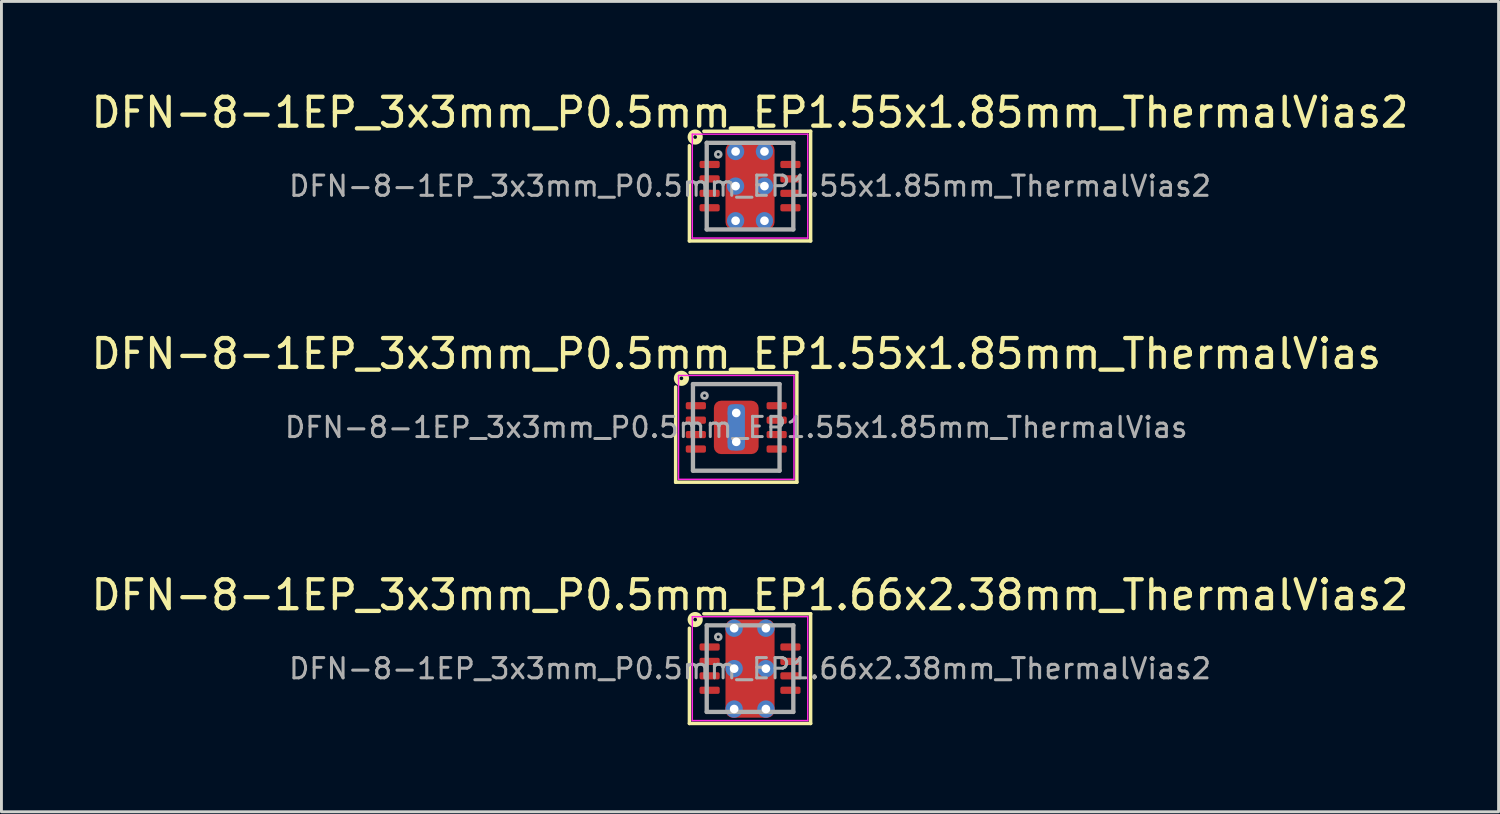
<source format=kicad_pcb>
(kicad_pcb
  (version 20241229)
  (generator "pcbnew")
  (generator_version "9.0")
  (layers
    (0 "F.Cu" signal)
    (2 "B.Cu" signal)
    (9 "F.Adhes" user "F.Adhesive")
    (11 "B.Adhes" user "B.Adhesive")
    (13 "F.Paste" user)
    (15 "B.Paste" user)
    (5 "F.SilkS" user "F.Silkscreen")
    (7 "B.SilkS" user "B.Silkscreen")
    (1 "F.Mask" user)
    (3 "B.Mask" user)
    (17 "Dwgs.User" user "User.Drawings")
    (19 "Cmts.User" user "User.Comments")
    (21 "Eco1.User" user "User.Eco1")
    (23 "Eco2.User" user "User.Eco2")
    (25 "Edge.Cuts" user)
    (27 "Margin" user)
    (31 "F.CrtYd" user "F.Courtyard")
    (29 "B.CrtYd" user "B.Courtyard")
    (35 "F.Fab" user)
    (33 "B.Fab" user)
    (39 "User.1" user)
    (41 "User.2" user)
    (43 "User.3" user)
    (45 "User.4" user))
  (footprint "DFN-8-1EP_3x3mm_P0.5mm_EP1.55x1.85mm_ThermalVias"
    (layer "F.Cu")
    (at 22.458 11.757)
    (property "Reference" "DFN-8-1EP_3x3mm_P0.5mm_EP1.55x1.85mm_ThermalVias" (at 0 -2.55 0) (layer "F.SilkS") (effects (font (size 1 1) (thickness 0.15))))
    (attr smd)
    (fp_line (start -2.1 1.9) (end -2.1 -1.4) (stroke (width 0.12) (type solid)) (layer "F.SilkS"))
    (fp_line (start -1.6 -1.9) (end 2.1 -1.9) (stroke (width 0.12) (type solid)) (layer "F.SilkS"))
    (fp_line (start 2.1 -1.9) (end 2.1 1.9) (stroke (width 0.12) (type solid)) (layer "F.SilkS"))
    (fp_line (start 2.1 1.9) (end -2.1 1.9) (stroke (width 0.12) (type solid)) (layer "F.SilkS"))
    (fp_circle (center -1.9 -1.7) (end -1.837 -1.7) (stroke (width 0.2) (type solid)) (fill no) (layer "F.SilkS"))
    (fp_line (start -2 -1.8) (end -2 1.8) (stroke (width 0.05) (type solid)) (layer "F.CrtYd"))
    (fp_line (start -2 -1.8) (end 2 -1.8) (stroke (width 0.05) (type solid)) (layer "F.CrtYd"))
    (fp_line (start -2 1.8) (end 2 1.8) (stroke (width 0.05) (type solid)) (layer "F.CrtYd"))
    (fp_line (start 2 -1.8) (end 2 1.8) (stroke (width 0.05) (type solid)) (layer "F.CrtYd"))
    (fp_line (start -1.5 -1.5) (end 1.5 -1.5) (stroke (width 0.15) (type solid)) (layer "F.Fab"))
    (fp_line (start -1.5 1.5) (end -1.5 -1.5) (stroke (width 0.15) (type solid)) (layer "F.Fab"))
    (fp_line (start 1.5 -1.5) (end 1.5 1.5) (stroke (width 0.15) (type solid)) (layer "F.Fab"))
    (fp_line (start 1.5 1.5) (end -1.5 1.5) (stroke (width 0.15) (type solid)) (layer "F.Fab"))
    (fp_circle (center -1.1 -1.1) (end -1 -1.1) (stroke (width 0.1) (type solid)) (fill no) (layer "F.Fab"))
    (fp_text user "${REFERENCE}" (at 0 0 0) (layer "F.Fab") (effects (font (size 0.7 0.7) (thickness 0.105))))
    (pad "" smd roundrect (at -0.356 -0.457) (size 0.55 0.7) (layers "F.Paste") (roundrect_rratio 0.25))
    (pad "" smd roundrect (at -0.356 0.457) (size 0.55 0.7) (layers "F.Paste") (roundrect_rratio 0.25))
    (pad "" smd roundrect (at 0.356 -0.457) (size 0.55 0.7) (layers "F.Paste") (roundrect_rratio 0.25))
    (pad "" smd roundrect (at 0.356 0.457) (size 0.55 0.7) (layers "F.Paste") (roundrect_rratio 0.25))
    (pad "1" smd roundrect (at -1.4 -0.75) (size 0.7 0.25) (layers "F.Cu" "F.Mask" "F.Paste") (roundrect_rratio 0.25))
    (pad "2" smd roundrect (at -1.4 -0.25) (size 0.7 0.25) (layers "F.Cu" "F.Mask" "F.Paste") (roundrect_rratio 0.25))
    (pad "3" smd roundrect (at -1.4 0.25) (size 0.7 0.25) (layers "F.Cu" "F.Mask" "F.Paste") (roundrect_rratio 0.25))
    (pad "4" smd roundrect (at -1.4 0.75) (size 0.7 0.25) (layers "F.Cu" "F.Mask" "F.Paste") (roundrect_rratio 0.25))
    (pad "5" smd roundrect (at 1.4 0.75) (size 0.7 0.25) (layers "F.Cu" "F.Mask" "F.Paste") (roundrect_rratio 0.25))
    (pad "6" smd roundrect (at 1.4 0.25) (size 0.7 0.25) (layers "F.Cu" "F.Mask" "F.Paste") (roundrect_rratio 0.25))
    (pad "7" smd roundrect (at 1.4 -0.25) (size 0.7 0.25) (layers "F.Cu" "F.Mask" "F.Paste") (roundrect_rratio 0.25))
    (pad "8" smd roundrect (at 1.4 -0.75) (size 0.7 0.25) (layers "F.Cu" "F.Mask" "F.Paste") (roundrect_rratio 0.25))
    (pad "9" thru_hole circle (at 0 -0.5) (size 0.6 0.6) (drill 0.3) (property pad_prop_heatsink) (layers "*.Cu"))
    (pad "9" smd roundrect (at 0 0) (size 0.6 1.6) (layers "B.Cu" "B.Mask") (roundrect_rratio 0.25))
    (pad "9" smd roundrect (at 0 0) (size 1.55 1.85) (layers "F.Cu" "F.Mask") (roundrect_rratio 0.161))
    (pad "9" thru_hole circle (at 0 0.5) (size 0.6 0.6) (drill 0.3) (property pad_prop_heatsink) (layers "*.Cu")))
  (footprint "DFN-8-1EP_3x3mm_P0.5mm_EP1.55x1.85mm_ThermalVias2"
    (layer "F.Cu")
    (at 22.935 3.398)
    (property "Reference" "DFN-8-1EP_3x3mm_P0.5mm_EP1.55x1.85mm_ThermalVias2" (at 0 -2.55 0) (layer "F.SilkS") (effects (font (size 1 1) (thickness 0.15))))
    (attr smd)
    (fp_line (start -2.1 1.9) (end -2.1 -1.4) (stroke (width 0.12) (type solid)) (layer "F.SilkS"))
    (fp_line (start -1.6 -1.9) (end 2.1 -1.9) (stroke (width 0.12) (type solid)) (layer "F.SilkS"))
    (fp_line (start 2.1 -1.9) (end 2.1 1.9) (stroke (width 0.12) (type solid)) (layer "F.SilkS"))
    (fp_line (start 2.1 1.9) (end -2.1 1.9) (stroke (width 0.12) (type solid)) (layer "F.SilkS"))
    (fp_circle (center -1.9 -1.7) (end -1.837 -1.7) (stroke (width 0.2) (type solid)) (fill no) (layer "F.SilkS"))
    (fp_line (start -2 -1.8) (end -2 1.8) (stroke (width 0.05) (type solid)) (layer "F.CrtYd"))
    (fp_line (start -2 -1.8) (end 2 -1.8) (stroke (width 0.05) (type solid)) (layer "F.CrtYd"))
    (fp_line (start -2 1.8) (end 2 1.8) (stroke (width 0.05) (type solid)) (layer "F.CrtYd"))
    (fp_line (start 2 -1.8) (end 2 1.8) (stroke (width 0.05) (type solid)) (layer "F.CrtYd"))
    (fp_line (start -1.5 -1.5) (end 1.5 -1.5) (stroke (width 0.15) (type solid)) (layer "F.Fab"))
    (fp_line (start -1.5 1.5) (end -1.5 -1.5) (stroke (width 0.15) (type solid)) (layer "F.Fab"))
    (fp_line (start 1.5 -1.5) (end 1.5 1.5) (stroke (width 0.15) (type solid)) (layer "F.Fab"))
    (fp_line (start 1.5 1.5) (end -1.5 1.5) (stroke (width 0.15) (type solid)) (layer "F.Fab"))
    (fp_circle (center -1.1 -1.1) (end -1 -1.1) (stroke (width 0.1) (type solid)) (fill no) (layer "F.Fab"))
    (fp_text user "${REFERENCE}" (at 0 0 0) (layer "F.Fab") (effects (font (size 0.7 0.7) (thickness 0.105))))
    (pad "" smd roundrect (at -0.375 -0.6) (size 0.55 0.4) (layers "F.Paste") (roundrect_rratio 0.25))
    (pad "" smd roundrect (at -0.375 0.6) (size 0.55 0.4) (layers "F.Paste") (roundrect_rratio 0.25))
    (pad "" smd roundrect (at 0 -0.6) (size 1.5 0.6) (layers "F.Mask") (roundrect_rratio 0.25))
    (pad "" smd roundrect (at 0 0.6) (size 1.5 0.6) (layers "F.Mask") (roundrect_rratio 0.25))
    (pad "" smd roundrect (at 0.375 -0.6) (size 0.55 0.4) (layers "F.Paste") (roundrect_rratio 0.25))
    (pad "" smd roundrect (at 0.375 0.6) (size 0.55 0.4) (layers "F.Paste") (roundrect_rratio 0.25))
    (pad "1" smd roundrect (at -1.4 -0.75) (size 0.7 0.25) (layers "F.Cu" "F.Mask" "F.Paste") (roundrect_rratio 0.25))
    (pad "2" smd roundrect (at -1.4 -0.25) (size 0.7 0.25) (layers "F.Cu" "F.Mask" "F.Paste") (roundrect_rratio 0.25))
    (pad "3" smd roundrect (at -1.4 0.25) (size 0.7 0.25) (layers "F.Cu" "F.Mask" "F.Paste") (roundrect_rratio 0.25))
    (pad "4" smd roundrect (at -1.4 0.75) (size 0.7 0.25) (layers "F.Cu" "F.Mask" "F.Paste") (roundrect_rratio 0.25))
    (pad "5" smd roundrect (at 1.4 0.75) (size 0.7 0.25) (layers "F.Cu" "F.Mask" "F.Paste") (roundrect_rratio 0.25))
    (pad "6" smd roundrect (at 1.4 0.25) (size 0.7 0.25) (layers "F.Cu" "F.Mask" "F.Paste") (roundrect_rratio 0.25))
    (pad "7" smd roundrect (at 1.4 -0.25) (size 0.7 0.25) (layers "F.Cu" "F.Mask" "F.Paste") (roundrect_rratio 0.25))
    (pad "8" smd roundrect (at 1.4 -0.75) (size 0.7 0.25) (layers "F.Cu" "F.Mask" "F.Paste") (roundrect_rratio 0.25))
    (pad "9" thru_hole circle (at -0.5 -1.2) (size 0.6 0.6) (drill 0.3) (property pad_prop_heatsink) (layers "*.Cu" "*.Mask"))
    (pad "9" thru_hole circle (at -0.5 0) (size 0.6 0.6) (drill 0.3) (property pad_prop_heatsink) (layers "*.Cu" "*.Mask"))
    (pad "9" thru_hole circle (at -0.5 1.2) (size 0.6 0.6) (drill 0.3) (property pad_prop_heatsink) (layers "*.Cu" "*.Mask"))
    (pad "9" smd roundrect (at 0 0) (size 1.7 3) (layers "F.Cu") (roundrect_rratio 0.147))
    (pad "9" thru_hole circle (at 0.5 -1.2) (size 0.6 0.6) (drill 0.3) (property pad_prop_heatsink) (layers "*.Cu" "*.Mask"))
    (pad "9" thru_hole circle (at 0.5 0) (size 0.6 0.6) (drill 0.3) (property pad_prop_heatsink) (layers "*.Cu" "*.Mask"))
    (pad "9" thru_hole circle (at 0.5 1.2) (size 0.6 0.6) (drill 0.3) (property pad_prop_heatsink) (layers "*.Cu" "*.Mask")))
  (footprint "DFN-8-1EP_3x3mm_P0.5mm_EP1.66x2.38mm_ThermalVias2"
    (layer "F.Cu")
    (at 22.935 20.115)
    (property "Reference" "DFN-8-1EP_3x3mm_P0.5mm_EP1.66x2.38mm_ThermalVias2" (at 0 -2.55 0) (layer "F.SilkS") (effects (font (size 1 1) (thickness 0.15))))
    (attr smd)
    (fp_line (start -2.1 1.9) (end -2.1 -1.4) (stroke (width 0.12) (type solid)) (layer "F.SilkS"))
    (fp_line (start -1.6 -1.9) (end 2.1 -1.9) (stroke (width 0.12) (type solid)) (layer "F.SilkS"))
    (fp_line (start 2.1 -1.9) (end 2.1 1.9) (stroke (width 0.12) (type solid)) (layer "F.SilkS"))
    (fp_line (start 2.1 1.9) (end -2.1 1.9) (stroke (width 0.12) (type solid)) (layer "F.SilkS"))
    (fp_circle (center -1.9 -1.7) (end -1.837 -1.7) (stroke (width 0.2) (type solid)) (fill no) (layer "F.SilkS"))
    (fp_line (start -2 -1.8) (end -2 1.8) (stroke (width 0.05) (type solid)) (layer "F.CrtYd"))
    (fp_line (start -2 -1.8) (end 2 -1.8) (stroke (width 0.05) (type solid)) (layer "F.CrtYd"))
    (fp_line (start -2 1.8) (end 2 1.8) (stroke (width 0.05) (type solid)) (layer "F.CrtYd"))
    (fp_line (start 2 -1.8) (end 2 1.8) (stroke (width 0.05) (type solid)) (layer "F.CrtYd"))
    (fp_line (start -1.5 -1.5) (end 1.5 -1.5) (stroke (width 0.15) (type solid)) (layer "F.Fab"))
    (fp_line (start -1.5 1.5) (end -1.5 -1.5) (stroke (width 0.15) (type solid)) (layer "F.Fab"))
    (fp_line (start 1.5 -1.5) (end 1.5 1.5) (stroke (width 0.15) (type solid)) (layer "F.Fab"))
    (fp_line (start 1.5 1.5) (end -1.5 1.5) (stroke (width 0.15) (type solid)) (layer "F.Fab"))
    (fp_circle (center -1.1 -1.1) (end -1 -1.1) (stroke (width 0.1) (type solid)) (fill no) (layer "F.Fab"))
    (fp_text user "${REFERENCE}" (at 0 0 0) (layer "F.Fab") (effects (font (size 0.7 0.7) (thickness 0.105))))
    (pad "" smd roundrect (at -0.375 -0.7) (size 0.55 0.6) (layers "F.Paste") (roundrect_rratio 0.25))
    (pad "" smd roundrect (at -0.375 0.7) (size 0.55 0.6) (layers "F.Paste") (roundrect_rratio 0.25))
    (pad "" smd roundrect (at 0 -0.7) (size 1.5 0.8) (layers "F.Mask") (roundrect_rratio 0.25))
    (pad "" smd roundrect (at 0 0.7) (size 1.5 0.8) (layers "F.Mask") (roundrect_rratio 0.25))
    (pad "" smd roundrect (at 0.375 -0.7) (size 0.55 0.6) (layers "F.Paste") (roundrect_rratio 0.25))
    (pad "" smd roundrect (at 0.375 0.7) (size 0.55 0.6) (layers "F.Paste") (roundrect_rratio 0.25))
    (pad "1" smd roundrect (at -1.4 -0.75) (size 0.7 0.25) (layers "F.Cu" "F.Mask" "F.Paste") (roundrect_rratio 0.25))
    (pad "2" smd roundrect (at -1.4 -0.25) (size 0.7 0.25) (layers "F.Cu" "F.Mask" "F.Paste") (roundrect_rratio 0.25))
    (pad "3" smd roundrect (at -1.4 0.25) (size 0.7 0.25) (layers "F.Cu" "F.Mask" "F.Paste") (roundrect_rratio 0.25))
    (pad "4" smd roundrect (at -1.4 0.75) (size 0.7 0.25) (layers "F.Cu" "F.Mask" "F.Paste") (roundrect_rratio 0.25))
    (pad "5" smd roundrect (at 1.4 0.75) (size 0.7 0.25) (layers "F.Cu" "F.Mask" "F.Paste") (roundrect_rratio 0.25))
    (pad "6" smd roundrect (at 1.4 0.25) (size 0.7 0.25) (layers "F.Cu" "F.Mask" "F.Paste") (roundrect_rratio 0.25))
    (pad "7" smd roundrect (at 1.4 -0.25) (size 0.7 0.25) (layers "F.Cu" "F.Mask" "F.Paste") (roundrect_rratio 0.25))
    (pad "8" smd roundrect (at 1.4 -0.75) (size 0.7 0.25) (layers "F.Cu" "F.Mask" "F.Paste") (roundrect_rratio 0.25))
    (pad "9" thru_hole circle (at -0.55 -1.4) (size 0.6 0.6) (drill 0.3) (property pad_prop_heatsink) (layers "*.Cu" "*.Mask"))
    (pad "9" thru_hole circle (at -0.55 0) (size 0.6 0.6) (drill 0.3) (property pad_prop_heatsink) (layers "*.Cu" "*.Mask"))
    (pad "9" thru_hole circle (at -0.55 1.4) (size 0.6 0.6) (drill 0.3) (property pad_prop_heatsink) (layers "*.Cu" "*.Mask"))
    (pad "9" smd roundrect (at 0 0) (size 1.7 3.4) (layers "F.Cu") (roundrect_rratio 0.147))
    (pad "9" thru_hole circle (at 0.55 -1.4) (size 0.6 0.6) (drill 0.3) (property pad_prop_heatsink) (layers "*.Cu" "*.Mask"))
    (pad "9" thru_hole circle (at 0.55 0) (size 0.6 0.6) (drill 0.3) (property pad_prop_heatsink) (layers "*.Cu" "*.Mask"))
    (pad "9" thru_hole circle (at 0.55 1.4) (size 0.6 0.6) (drill 0.3) (property pad_prop_heatsink) (layers "*.Cu" "*.Mask")))
  (gr_rect
    (start -3 -3)
    (end 48.869 25.075)
    (stroke (width 0.1) (type default))
    (fill no)
    (layer "Edge.Cuts")))
</source>
